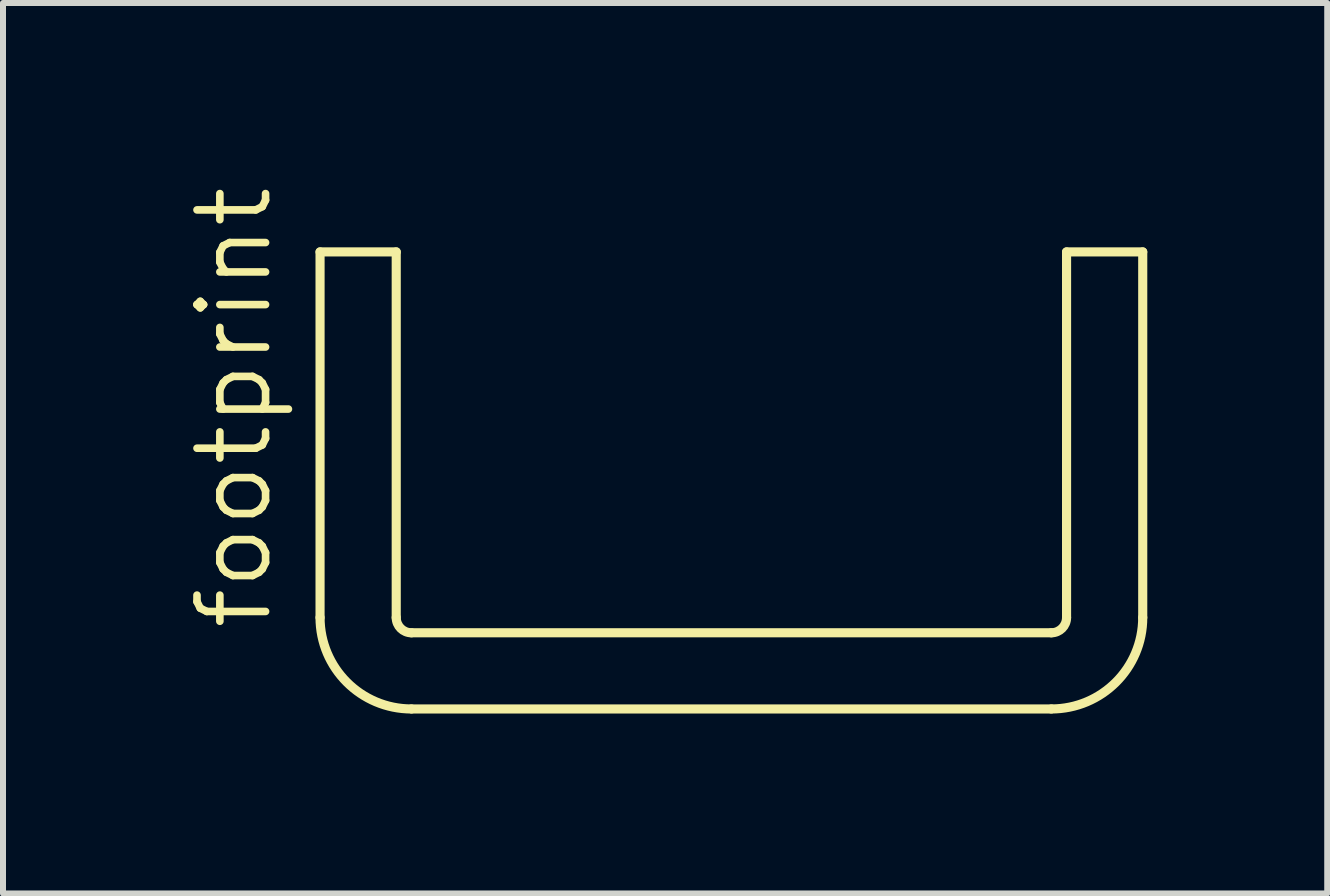
<source format=kicad_pcb>
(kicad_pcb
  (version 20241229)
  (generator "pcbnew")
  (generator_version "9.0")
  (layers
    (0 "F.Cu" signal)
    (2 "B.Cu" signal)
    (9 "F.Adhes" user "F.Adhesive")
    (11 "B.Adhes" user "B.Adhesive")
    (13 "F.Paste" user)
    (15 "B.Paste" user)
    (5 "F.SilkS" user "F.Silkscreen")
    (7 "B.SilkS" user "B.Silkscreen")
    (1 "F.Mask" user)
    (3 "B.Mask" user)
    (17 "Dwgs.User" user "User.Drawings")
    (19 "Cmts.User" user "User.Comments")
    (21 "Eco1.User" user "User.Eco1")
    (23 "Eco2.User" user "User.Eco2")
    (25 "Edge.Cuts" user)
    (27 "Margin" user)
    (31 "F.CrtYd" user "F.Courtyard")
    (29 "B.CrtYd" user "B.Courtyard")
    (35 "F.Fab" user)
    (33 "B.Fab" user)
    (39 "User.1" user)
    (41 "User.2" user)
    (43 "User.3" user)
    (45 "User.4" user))
  (footprint "footprint"
    (layer "F.Cu")
    (at 9.144 7.5)
    (property "Reference" "footprint" (at -7.62 0 90) (layer "F.SilkS") (effects (font (size 1.143 1.143) (thickness 0.127)) (justify left bottom)))
    (fp_line (start -6.858 -6.35) (end -5.588 -6.35) (stroke (width 0.152) (type solid)) (layer "F.SilkS"))
    (fp_line (start -6.858 -0.254) (end -6.858 -6.35) (stroke (width 0.152) (type solid)) (layer "F.SilkS"))
    (fp_line (start -5.588 -0.254) (end -5.588 -6.35) (stroke (width 0.152) (type solid)) (layer "F.SilkS"))
    (fp_line (start -5.334 0) (end 5.334 0) (stroke (width 0.152) (type solid)) (layer "F.SilkS"))
    (fp_line (start -5.334 1.27) (end 5.334 1.27) (stroke (width 0.152) (type solid)) (layer "F.SilkS"))
    (fp_line (start 5.588 -0.254) (end 5.588 -6.35) (stroke (width 0.152) (type solid)) (layer "F.SilkS"))
    (fp_line (start 6.858 -6.35) (end 5.588 -6.35) (stroke (width 0.152) (type solid)) (layer "F.SilkS"))
    (fp_line (start 6.858 -0.254) (end 6.858 -6.35) (stroke (width 0.152) (type solid)) (layer "F.SilkS"))
    (fp_arc (start -5.334 0) (mid -5.513605 -0.074395) (end -5.588 -0.254) (stroke (width 0.1524) (type solid)) (layer "F.SilkS"))
    (fp_arc (start -5.334 1.27) (mid -6.411631 0.823631) (end -6.858 -0.254) (stroke (width 0.1524) (type solid)) (layer "F.SilkS"))
    (fp_arc (start 5.588 -0.254) (mid 5.513605 -0.074395) (end 5.334 0) (stroke (width 0.1524) (type solid)) (layer "F.SilkS"))
    (fp_arc (start 6.858 -0.254) (mid 6.411631 0.823631) (end 5.334 1.27) (stroke (width 0.1524) (type solid)) (layer "F.SilkS")))
  (gr_rect
    (start -3 -3)
    (end 19.078 11.846)
    (stroke (width 0.1) (type default))
    (fill no)
    (layer "Edge.Cuts")))
</source>
